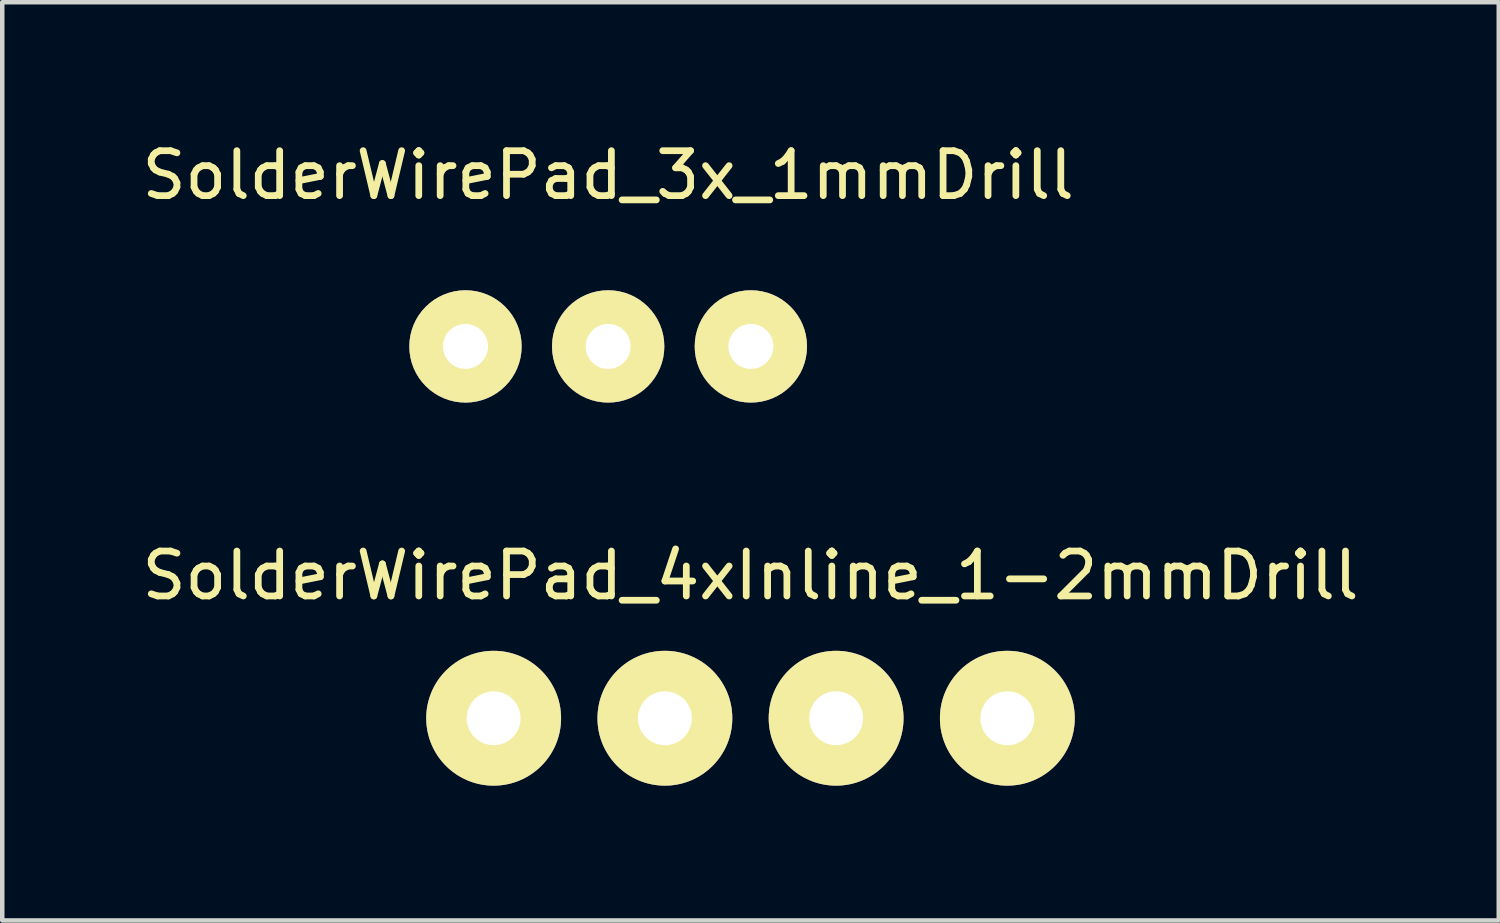
<source format=kicad_pcb>
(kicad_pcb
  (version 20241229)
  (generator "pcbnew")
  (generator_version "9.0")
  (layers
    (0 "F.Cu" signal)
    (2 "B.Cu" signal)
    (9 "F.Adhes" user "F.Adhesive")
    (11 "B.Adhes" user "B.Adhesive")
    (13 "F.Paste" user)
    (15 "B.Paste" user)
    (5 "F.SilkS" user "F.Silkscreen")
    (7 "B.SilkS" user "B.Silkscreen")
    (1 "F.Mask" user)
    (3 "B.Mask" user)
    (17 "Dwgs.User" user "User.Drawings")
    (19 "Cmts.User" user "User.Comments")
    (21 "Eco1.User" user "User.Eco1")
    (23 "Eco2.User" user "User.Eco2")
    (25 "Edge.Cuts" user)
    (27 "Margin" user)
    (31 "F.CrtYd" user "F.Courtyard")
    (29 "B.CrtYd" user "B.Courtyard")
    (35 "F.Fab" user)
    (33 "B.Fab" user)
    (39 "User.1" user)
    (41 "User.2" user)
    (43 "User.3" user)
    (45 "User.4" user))
  (footprint "SolderWirePad_4xInline_1-2mmDrill"
    (layer "F.Cu")
    (at 13.649 12.931)
    (property "Reference" "SolderWirePad_4xInline_1-2mmDrill" (at 0 -3.175 0) (layer "F.SilkS") (effects (font (size 1 1) (thickness 0.15))))
    (attr through_hole)
    (pad "1" thru_hole circle (at -5.715 0) (size 3 3) (drill 1.199) (layers "*.Cu" "*.Mask" "F.SilkS"))
    (pad "1" thru_hole circle (at -1.905 0) (size 3 3) (drill 1.199) (layers "*.Cu" "*.Mask" "F.SilkS"))
    (pad "1" thru_hole circle (at 1.905 0) (size 3 3) (drill 1.199) (layers "*.Cu" "*.Mask" "F.SilkS"))
    (pad "1" thru_hole circle (at 5.715 0) (size 3 3) (drill 1.199) (layers "*.Cu" "*.Mask" "F.SilkS")))
  (footprint "SolderWirePad_3x_1mmDrill"
    (layer "F.Cu")
    (at 10.482 4.658)
    (property "Reference" "SolderWirePad_3x_1mmDrill" (at 0 -3.81 0) (layer "F.SilkS") (effects (font (size 1 1) (thickness 0.15))))
    (attr through_hole)
    (pad "1" thru_hole circle (at -3.175 0) (size 2.499 2.499) (drill 1.001) (layers "*.Cu" "*.Mask" "F.SilkS"))
    (pad "1" thru_hole circle (at 0 0) (size 2.499 2.499) (drill 1.001) (layers "*.Cu" "*.Mask" "F.SilkS"))
    (pad "1" thru_hole circle (at 3.175 0) (size 2.499 2.499) (drill 1.001) (layers "*.Cu" "*.Mask" "F.SilkS")))
  (gr_rect
    (start -3 -3)
    (end 30.298 17.431)
    (stroke (width 0.1) (type default))
    (fill no)
    (layer "Edge.Cuts")))
</source>
